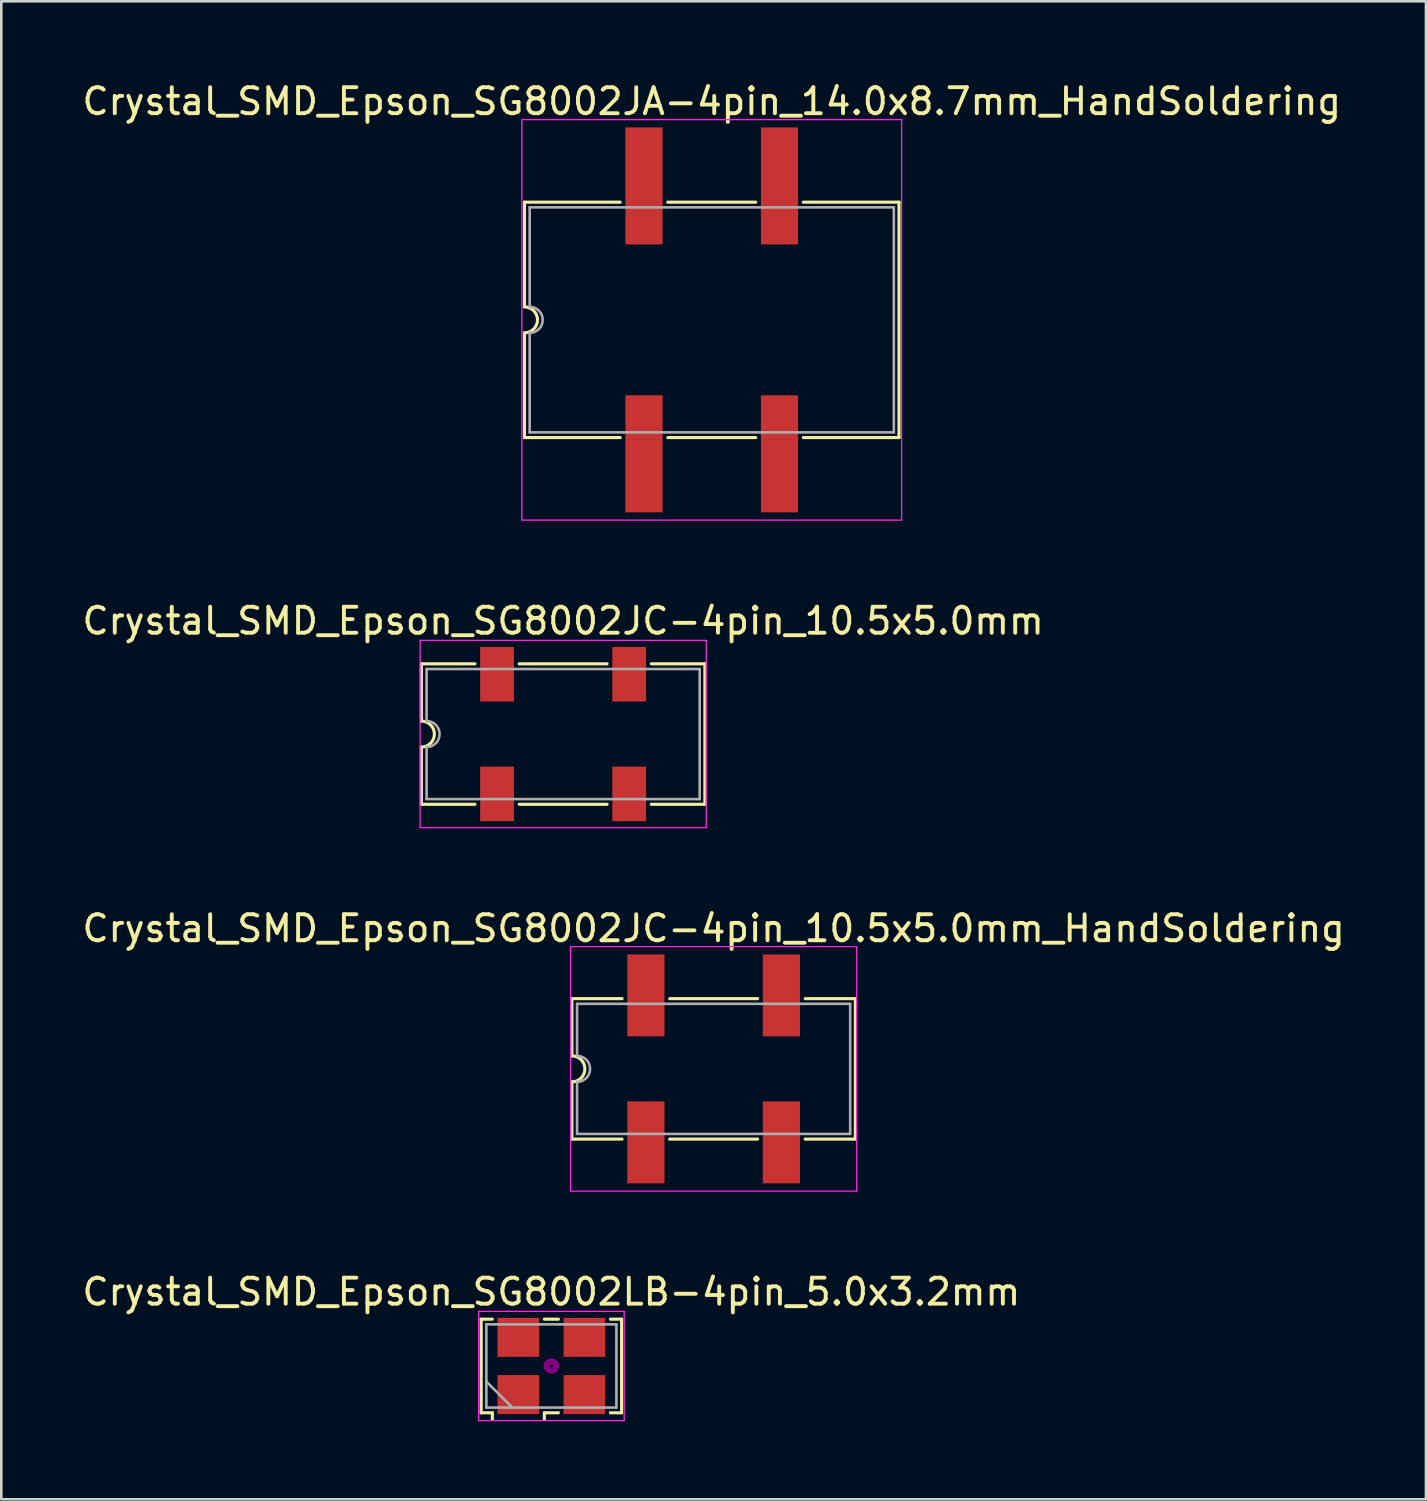
<source format=kicad_pcb>
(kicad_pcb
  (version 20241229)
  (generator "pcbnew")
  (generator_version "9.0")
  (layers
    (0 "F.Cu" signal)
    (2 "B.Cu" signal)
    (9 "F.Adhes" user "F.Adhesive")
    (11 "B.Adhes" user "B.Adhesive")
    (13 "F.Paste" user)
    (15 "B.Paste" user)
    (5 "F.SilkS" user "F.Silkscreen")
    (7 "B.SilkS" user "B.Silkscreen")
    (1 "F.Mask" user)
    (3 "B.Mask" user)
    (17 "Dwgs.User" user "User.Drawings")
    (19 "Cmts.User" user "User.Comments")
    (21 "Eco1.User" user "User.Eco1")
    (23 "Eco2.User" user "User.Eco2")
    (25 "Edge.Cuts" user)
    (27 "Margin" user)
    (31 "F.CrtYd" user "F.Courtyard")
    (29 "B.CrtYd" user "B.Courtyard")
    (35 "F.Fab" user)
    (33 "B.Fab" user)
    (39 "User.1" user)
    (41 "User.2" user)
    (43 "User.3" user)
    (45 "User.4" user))
  (footprint "Crystal_SMD_Epson_SG8002JC-4pin_10.5x5.0mm_HandSoldering"
    (layer "F.Cu")
    (at 24.387 38.045)
    (property "Reference" "Crystal_SMD_Epson_SG8002JC-4pin_10.5x5.0mm_HandSoldering" (at 0 -5.4 0) (layer "F.SilkS") (effects (font (size 1 1) (thickness 0.15))))
    (attr smd)
    (fp_line (start -5.45 -2.7) (end -3.52 -2.7) (stroke (width 0.12) (type solid)) (layer "F.SilkS"))
    (fp_line (start -5.45 -0.5) (end -5.45 -2.7) (stroke (width 0.12) (type solid)) (layer "F.SilkS"))
    (fp_line (start -5.45 2.7) (end -5.45 0.5) (stroke (width 0.12) (type solid)) (layer "F.SilkS"))
    (fp_line (start -5.45 2.7) (end -3.52 2.7) (stroke (width 0.12) (type solid)) (layer "F.SilkS"))
    (fp_line (start -1.69 -2.7) (end 1.69 -2.7) (stroke (width 0.12) (type solid)) (layer "F.SilkS"))
    (fp_line (start 1.69 2.7) (end -1.69 2.7) (stroke (width 0.12) (type solid)) (layer "F.SilkS"))
    (fp_line (start 3.52 -2.7) (end 5.45 -2.7) (stroke (width 0.12) (type solid)) (layer "F.SilkS"))
    (fp_line (start 5.45 -2.7) (end 5.45 2.7) (stroke (width 0.12) (type solid)) (layer "F.SilkS"))
    (fp_line (start 5.45 2.7) (end 3.52 2.7) (stroke (width 0.12) (type solid)) (layer "F.SilkS"))
    (fp_arc (start -5.45 -0.5) (mid -4.95 0) (end -5.45 0.5) (stroke (width 0.12) (type solid)) (layer "F.SilkS"))
    (fp_line (start -5.5 -4.7) (end -5.5 4.7) (stroke (width 0.05) (type solid)) (layer "F.CrtYd"))
    (fp_line (start -5.5 4.7) (end 5.5 4.7) (stroke (width 0.05) (type solid)) (layer "F.CrtYd"))
    (fp_line (start 5.5 -4.7) (end -5.5 -4.7) (stroke (width 0.05) (type solid)) (layer "F.CrtYd"))
    (fp_line (start 5.5 4.7) (end 5.5 -4.7) (stroke (width 0.05) (type solid)) (layer "F.CrtYd"))
    (fp_line (start -5.25 -2.5) (end 5.25 -2.5) (stroke (width 0.1) (type solid)) (layer "F.Fab"))
    (fp_line (start -5.25 -0.5) (end -5.25 -2.5) (stroke (width 0.1) (type solid)) (layer "F.Fab"))
    (fp_line (start -5.25 2.5) (end -5.25 0.5) (stroke (width 0.1) (type solid)) (layer "F.Fab"))
    (fp_line (start 5.25 -2.5) (end 5.25 2.5) (stroke (width 0.1) (type solid)) (layer "F.Fab"))
    (fp_line (start 5.25 2.5) (end -5.25 2.5) (stroke (width 0.1) (type solid)) (layer "F.Fab"))
    (fp_arc (start -5.25 -0.5) (mid -4.75 0) (end -5.25 0.5) (stroke (width 0.1) (type solid)) (layer "F.Fab"))
    (pad "1" smd rect (at -2.605 2.825) (size 1.43 3.15) (layers "F.Cu" "F.Mask"))
    (pad "2" smd rect (at 2.605 2.825) (size 1.43 3.15) (layers "F.Cu" "F.Mask"))
    (pad "3" smd rect (at 2.605 -2.825) (size 1.43 3.15) (layers "F.Cu" "F.Mask"))
    (pad "4" smd rect (at -2.605 -2.825) (size 1.43 3.15) (layers "F.Cu" "F.Mask")))
  (footprint "Crystal_SMD_Epson_SG8002JA-4pin_14.0x8.7mm_HandSoldering"
    (layer "F.Cu")
    (at 24.315 9.248)
    (property "Reference" "Crystal_SMD_Epson_SG8002JA-4pin_14.0x8.7mm_HandSoldering" (at 0 -8.4 0) (layer "F.SilkS") (effects (font (size 1 1) (thickness 0.15))))
    (attr smd)
    (fp_line (start -7.2 -4.525) (end -3.52 -4.525) (stroke (width 0.12) (type solid)) (layer "F.SilkS"))
    (fp_line (start -7.2 -0.5) (end -7.2 -4.525) (stroke (width 0.12) (type solid)) (layer "F.SilkS"))
    (fp_line (start -7.2 4.525) (end -7.2 0.5) (stroke (width 0.12) (type solid)) (layer "F.SilkS"))
    (fp_line (start -7.2 4.525) (end -3.52 4.525) (stroke (width 0.12) (type solid)) (layer "F.SilkS"))
    (fp_line (start -1.69 -4.525) (end 1.69 -4.525) (stroke (width 0.12) (type solid)) (layer "F.SilkS"))
    (fp_line (start 1.69 4.525) (end -1.69 4.525) (stroke (width 0.12) (type solid)) (layer "F.SilkS"))
    (fp_line (start 3.52 -4.525) (end 7.2 -4.525) (stroke (width 0.12) (type solid)) (layer "F.SilkS"))
    (fp_line (start 7.2 -4.525) (end 7.2 4.525) (stroke (width 0.12) (type solid)) (layer "F.SilkS"))
    (fp_line (start 7.2 4.525) (end 3.52 4.525) (stroke (width 0.12) (type solid)) (layer "F.SilkS"))
    (fp_arc (start -7.2 -0.5) (mid -6.7 0) (end -7.2 0.5) (stroke (width 0.12) (type solid)) (layer "F.SilkS"))
    (fp_line (start -7.3 -7.7) (end -7.3 7.7) (stroke (width 0.05) (type solid)) (layer "F.CrtYd"))
    (fp_line (start -7.3 7.7) (end 7.3 7.7) (stroke (width 0.05) (type solid)) (layer "F.CrtYd"))
    (fp_line (start 7.3 -7.7) (end -7.3 -7.7) (stroke (width 0.05) (type solid)) (layer "F.CrtYd"))
    (fp_line (start 7.3 7.7) (end 7.3 -7.7) (stroke (width 0.05) (type solid)) (layer "F.CrtYd"))
    (fp_line (start -7 -4.325) (end 7 -4.325) (stroke (width 0.1) (type solid)) (layer "F.Fab"))
    (fp_line (start -7 -0.5) (end -7 -4.325) (stroke (width 0.1) (type solid)) (layer "F.Fab"))
    (fp_line (start -7 4.325) (end -7 0.5) (stroke (width 0.1) (type solid)) (layer "F.Fab"))
    (fp_line (start 7 -4.325) (end 7 4.325) (stroke (width 0.1) (type solid)) (layer "F.Fab"))
    (fp_line (start 7 4.325) (end -7 4.325) (stroke (width 0.1) (type solid)) (layer "F.Fab"))
    (fp_arc (start -7 -0.5) (mid -6.5 0) (end -7 0.5) (stroke (width 0.1) (type solid)) (layer "F.Fab"))
    (pad "1" smd rect (at -2.605 5.15) (size 1.43 4.5) (layers "F.Cu" "F.Mask"))
    (pad "2" smd rect (at 2.605 5.15) (size 1.43 4.5) (layers "F.Cu" "F.Mask"))
    (pad "3" smd rect (at 2.605 -5.15) (size 1.43 4.5) (layers "F.Cu" "F.Mask"))
    (pad "4" smd rect (at -2.605 -5.15) (size 1.43 4.5) (layers "F.Cu" "F.Mask")))
  (footprint "Crystal_SMD_Epson_SG8002LB-4pin_5.0x3.2mm"
    (layer "F.Cu")
    (at 18.149 49.468)
    (property "Reference" "Crystal_SMD_Epson_SG8002LB-4pin_5.0x3.2mm" (at 0 -2.85 0) (layer "F.SilkS") (effects (font (size 1 1) (thickness 0.15))))
    (attr smd)
    (fp_line (start -2.7 -1.8) (end -2.27 -1.8) (stroke (width 0.12) (type solid)) (layer "F.SilkS"))
    (fp_line (start -2.7 1.8) (end -2.7 -1.8) (stroke (width 0.12) (type solid)) (layer "F.SilkS"))
    (fp_line (start -2.27 1.8) (end -2.7 1.8) (stroke (width 0.12) (type solid)) (layer "F.SilkS"))
    (fp_line (start -2.27 2.05) (end -2.27 1.8) (stroke (width 0.12) (type solid)) (layer "F.SilkS"))
    (fp_line (start -0.27 -1.8) (end 0.27 -1.8) (stroke (width 0.12) (type solid)) (layer "F.SilkS"))
    (fp_line (start -0.27 1.8) (end -0.27 2.05) (stroke (width 0.12) (type solid)) (layer "F.SilkS"))
    (fp_line (start 0.27 1.8) (end -0.27 1.8) (stroke (width 0.12) (type solid)) (layer "F.SilkS"))
    (fp_line (start 2.27 -1.8) (end 2.7 -1.8) (stroke (width 0.12) (type solid)) (layer "F.SilkS"))
    (fp_line (start 2.7 -1.8) (end 2.7 1.8) (stroke (width 0.12) (type solid)) (layer "F.SilkS"))
    (fp_line (start 2.7 1.8) (end 2.27 1.8) (stroke (width 0.12) (type solid)) (layer "F.SilkS"))
    (fp_circle (center 0 0) (end 0.058 0) (stroke (width 0.117) (type solid)) (fill no) (layer "F.Adhes"))
    (fp_circle (center 0 0) (end 0.133 0) (stroke (width 0.083) (type solid)) (fill no) (layer "F.Adhes"))
    (fp_circle (center 0 0) (end 0.208 0) (stroke (width 0.083) (type solid)) (fill no) (layer "F.Adhes"))
    (fp_circle (center 0 0) (end 0.25 0) (stroke (width 0.1) (type solid)) (fill no) (layer "F.Adhes"))
    (fp_line (start -2.8 -2.1) (end -2.8 2.1) (stroke (width 0.05) (type solid)) (layer "F.CrtYd"))
    (fp_line (start -2.8 2.1) (end 2.8 2.1) (stroke (width 0.05) (type solid)) (layer "F.CrtYd"))
    (fp_line (start 2.8 -2.1) (end -2.8 -2.1) (stroke (width 0.05) (type solid)) (layer "F.CrtYd"))
    (fp_line (start 2.8 2.1) (end 2.8 -2.1) (stroke (width 0.05) (type solid)) (layer "F.CrtYd"))
    (fp_line (start -2.5 -1.6) (end -2.5 1.6) (stroke (width 0.1) (type solid)) (layer "F.Fab"))
    (fp_line (start -2.5 0.6) (end -1.5 1.6) (stroke (width 0.1) (type solid)) (layer "F.Fab"))
    (fp_line (start -2.5 1.6) (end 2.5 1.6) (stroke (width 0.1) (type solid)) (layer "F.Fab"))
    (fp_line (start 2.5 -1.6) (end -2.5 -1.6) (stroke (width 0.1) (type solid)) (layer "F.Fab"))
    (fp_line (start 2.5 1.6) (end 2.5 -1.6) (stroke (width 0.1) (type solid)) (layer "F.Fab"))
    (pad "1" smd rect (at -1.27 1.1) (size 1.6 1.5) (layers "F.Cu" "F.Mask"))
    (pad "2" smd rect (at 1.27 1.1) (size 1.6 1.5) (layers "F.Cu" "F.Mask"))
    (pad "3" smd rect (at 1.27 -1.1) (size 1.6 1.5) (layers "F.Cu" "F.Mask"))
    (pad "4" smd rect (at -1.27 -1.1) (size 1.6 1.5) (layers "F.Cu" "F.Mask")))
  (footprint "Crystal_SMD_Epson_SG8002JC-4pin_10.5x5.0mm"
    (layer "F.Cu")
    (at 18.601 25.172)
    (property "Reference" "Crystal_SMD_Epson_SG8002JC-4pin_10.5x5.0mm" (at 0 -4.35 0) (layer "F.SilkS") (effects (font (size 1 1) (thickness 0.15))))
    (attr smd)
    (fp_line (start -5.45 -2.7) (end -3.39 -2.7) (stroke (width 0.12) (type solid)) (layer "F.SilkS"))
    (fp_line (start -5.45 -0.5) (end -5.45 -2.7) (stroke (width 0.12) (type solid)) (layer "F.SilkS"))
    (fp_line (start -5.45 2.7) (end -5.45 0.5) (stroke (width 0.12) (type solid)) (layer "F.SilkS"))
    (fp_line (start -5.45 2.7) (end -3.39 2.7) (stroke (width 0.12) (type solid)) (layer "F.SilkS"))
    (fp_line (start -1.69 -2.7) (end 1.69 -2.7) (stroke (width 0.12) (type solid)) (layer "F.SilkS"))
    (fp_line (start 1.69 2.7) (end -1.69 2.7) (stroke (width 0.12) (type solid)) (layer "F.SilkS"))
    (fp_line (start 3.39 -2.7) (end 5.45 -2.7) (stroke (width 0.12) (type solid)) (layer "F.SilkS"))
    (fp_line (start 5.45 -2.7) (end 5.45 2.7) (stroke (width 0.12) (type solid)) (layer "F.SilkS"))
    (fp_line (start 5.45 2.7) (end 3.39 2.7) (stroke (width 0.12) (type solid)) (layer "F.SilkS"))
    (fp_arc (start -5.45 -0.5) (mid -4.95 0) (end -5.45 0.5) (stroke (width 0.12) (type solid)) (layer "F.SilkS"))
    (fp_line (start -5.5 -3.6) (end -5.5 3.6) (stroke (width 0.05) (type solid)) (layer "F.CrtYd"))
    (fp_line (start -5.5 3.6) (end 5.5 3.6) (stroke (width 0.05) (type solid)) (layer "F.CrtYd"))
    (fp_line (start 5.5 -3.6) (end -5.5 -3.6) (stroke (width 0.05) (type solid)) (layer "F.CrtYd"))
    (fp_line (start 5.5 3.6) (end 5.5 -3.6) (stroke (width 0.05) (type solid)) (layer "F.CrtYd"))
    (fp_line (start -5.25 -2.5) (end 5.25 -2.5) (stroke (width 0.1) (type solid)) (layer "F.Fab"))
    (fp_line (start -5.25 -0.5) (end -5.25 -2.5) (stroke (width 0.1) (type solid)) (layer "F.Fab"))
    (fp_line (start -5.25 2.5) (end -5.25 0.5) (stroke (width 0.1) (type solid)) (layer "F.Fab"))
    (fp_line (start 5.25 -2.5) (end 5.25 2.5) (stroke (width 0.1) (type solid)) (layer "F.Fab"))
    (fp_line (start 5.25 2.5) (end -5.25 2.5) (stroke (width 0.1) (type solid)) (layer "F.Fab"))
    (fp_arc (start -5.25 -0.5) (mid -4.75 0) (end -5.25 0.5) (stroke (width 0.1) (type solid)) (layer "F.Fab"))
    (pad "1" smd rect (at -2.54 2.3) (size 1.3 2.1) (layers "F.Cu" "F.Mask"))
    (pad "2" smd rect (at 2.54 2.3) (size 1.3 2.1) (layers "F.Cu" "F.Mask"))
    (pad "3" smd rect (at 2.54 -2.3) (size 1.3 2.1) (layers "F.Cu" "F.Mask"))
    (pad "4" smd rect (at -2.54 -2.3) (size 1.3 2.1) (layers "F.Cu" "F.Mask")))
  (gr_rect
    (start -3 -3)
    (end 51.774 54.593)
    (stroke (width 0.1) (type default))
    (fill no)
    (layer "Edge.Cuts")))
</source>
